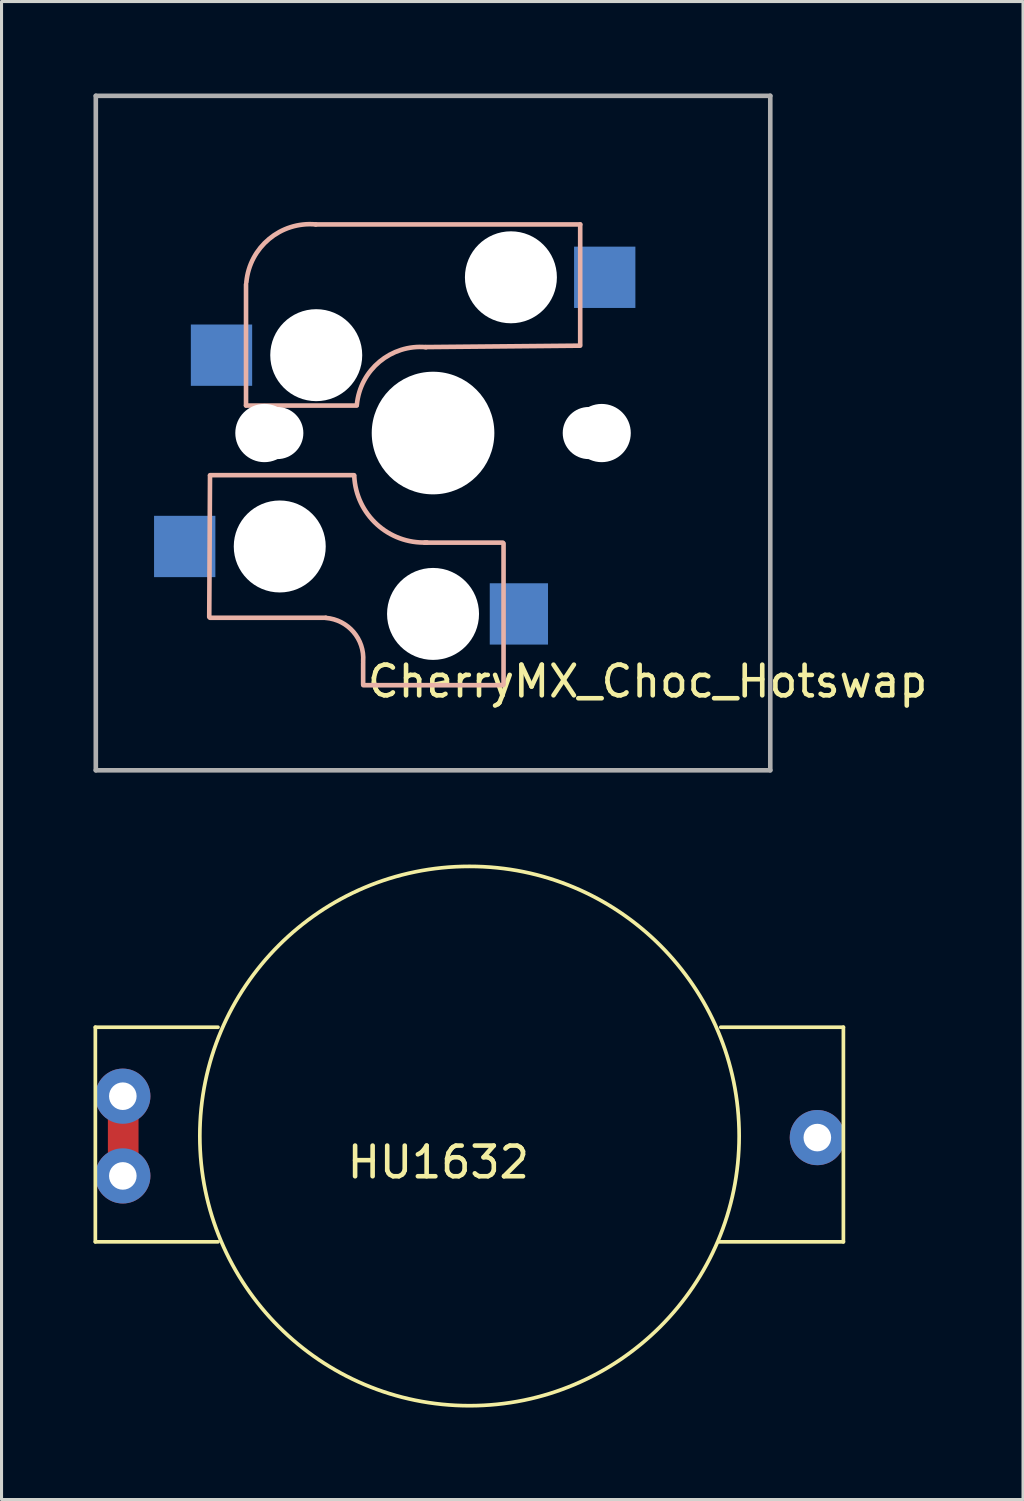
<source format=kicad_pcb>
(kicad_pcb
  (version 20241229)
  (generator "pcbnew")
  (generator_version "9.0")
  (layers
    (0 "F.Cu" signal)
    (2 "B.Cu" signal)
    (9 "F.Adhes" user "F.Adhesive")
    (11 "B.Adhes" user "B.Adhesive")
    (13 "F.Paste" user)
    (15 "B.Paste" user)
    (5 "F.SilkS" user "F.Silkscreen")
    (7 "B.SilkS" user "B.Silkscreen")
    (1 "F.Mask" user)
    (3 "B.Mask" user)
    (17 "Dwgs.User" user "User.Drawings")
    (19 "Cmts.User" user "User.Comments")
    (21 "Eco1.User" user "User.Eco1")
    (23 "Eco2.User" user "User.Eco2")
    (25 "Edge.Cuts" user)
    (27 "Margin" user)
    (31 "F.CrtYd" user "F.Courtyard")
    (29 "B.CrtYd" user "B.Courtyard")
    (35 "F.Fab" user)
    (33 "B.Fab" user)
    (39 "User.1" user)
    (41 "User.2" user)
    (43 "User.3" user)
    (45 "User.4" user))
  (footprint "HU1632"
    (layer "F.Cu")
    (at 12.31 34.006)
    (property "Reference" "HU1632" (at -1.063 0.856 0) (layer "F.SilkS") (effects (font (size 1 1) (thickness 0.15))))
    (attr through_hole)
    (fp_line (start -12.25 -3.55) (end -12.25 3.45) (stroke (width 0.12) (type solid)) (layer "F.SilkS"))
    (fp_line (start -12.25 3.45) (end -8.25 3.45) (stroke (width 0.12) (type solid)) (layer "F.SilkS"))
    (fp_line (start -8.25 -3.55) (end -12.25 -3.55) (stroke (width 0.12) (type solid)) (layer "F.SilkS"))
    (fp_line (start 8.1 3.45) (end 12.15 3.45) (stroke (width 0.12) (type solid)) (layer "F.SilkS"))
    (fp_line (start 12.15 -3.55) (end 8.15 -3.55) (stroke (width 0.12) (type solid)) (layer "F.SilkS"))
    (fp_line (start 12.15 3.45) (end 12.15 -3.55) (stroke (width 0.12) (type solid)) (layer "F.SilkS"))
    (fp_circle (center -0.046 0) (end 7.015 5.245) (stroke (width 0.12) (type solid)) (fill no) (layer "F.SilkS"))
    (pad "1" thru_hole circle (at -11.354 -1.3) (size 1.8 1.8) (drill 0.9) (layers "*.Cu" "*.Mask"))
    (pad "1" thru_hole circle (at -11.354 1.3) (size 1.8 1.8) (drill 0.9) (layers "*.Cu" "*.Mask"))
    (pad "1" connect rect (at -11.341 0.038) (size 1 1.6) (layers "F.Cu"))
    (pad "2" thru_hole circle (at 11.3 0.05) (size 1.8 1.8) (drill 0.9) (layers "*.Cu" "*.Mask")))
  (footprint "CherryMX_Choc_Hotswap"
    (layer "F.Cu")
    (at 11.075 11.075)
    (property "Reference" "CherryMX_Choc_Hotswap" (at 7 8.1 0) (layer "F.SilkS") (effects (font (size 1 1) (thickness 0.15))))
    (attr through_hole)
    (fp_line (start -7.275 1.4) (end -7.3 6) (stroke (width 0.15) (type solid)) (layer "B.SilkS"))
    (fp_line (start -6.1 -4.85) (end -6.1 -0.905) (stroke (width 0.15) (type solid)) (layer "B.SilkS"))
    (fp_line (start -6.1 -0.896) (end -2.49 -0.896) (stroke (width 0.15) (type solid)) (layer "B.SilkS"))
    (fp_line (start -3.5 6.025) (end -7.275 6.025) (stroke (width 0.15) (type solid)) (layer "B.SilkS"))
    (fp_line (start -2.575 1.375) (end -7.275 1.375) (stroke (width 0.15) (type solid)) (layer "B.SilkS"))
    (fp_line (start -2.28 7.5) (end -2.28 8.2) (stroke (width 0.15) (type solid)) (layer "B.SilkS"))
    (fp_line (start 2.275 3.575) (end -0.275 3.575) (stroke (width 0.15) (type solid)) (layer "B.SilkS"))
    (fp_line (start 2.275 8.225) (end -2.275 8.225) (stroke (width 0.15) (type solid)) (layer "B.SilkS"))
    (fp_line (start 2.3 3.6) (end 2.3 8.2) (stroke (width 0.15) (type solid)) (layer "B.SilkS"))
    (fp_line (start 4.8 -6.804) (end -3.825 -6.804) (stroke (width 0.15) (type solid)) (layer "B.SilkS"))
    (fp_line (start 4.8 -2.896) (end 4.8 -6.804) (stroke (width 0.15) (type solid)) (layer "B.SilkS"))
    (fp_line (start 4.8 -2.85) (end -0.25 -2.804) (stroke (width 0.15) (type solid)) (layer "B.SilkS"))
    (fp_arc (start -6.089 -4.92) (mid -5.347189 -6.33089) (end -3.825 -6.804) (stroke (width 0.15) (type solid)) (layer "B.SilkS"))
    (fp_arc (start -3.5 6.03) (mid -2.595908 6.48733) (end -2.28 7.45) (stroke (width 0.15) (type solid)) (layer "B.SilkS"))
    (fp_arc (start -2.485 -0.92) (mid -1.744361 -2.328061) (end -0.225 -2.8) (stroke (width 0.15) (type solid)) (layer "B.SilkS"))
    (fp_arc (start -0.2 3.57) (mid -1.834422 2.975843) (end -2.57 1.4) (stroke (width 0.15) (type solid)) (layer "B.SilkS"))
    (fp_line (start -9 -9) (end 9 -9) (stroke (width 0.15) (type solid)) (layer "Eco2.User"))
    (fp_line (start -9 9) (end -9 -9) (stroke (width 0.15) (type solid)) (layer "Eco2.User"))
    (fp_line (start -7 -7) (end 7 -7) (stroke (width 0.15) (type solid)) (layer "Eco2.User"))
    (fp_line (start -7 7) (end -7 -7) (stroke (width 0.15) (type solid)) (layer "Eco2.User"))
    (fp_line (start 7 -7) (end 7 7) (stroke (width 0.15) (type solid)) (layer "Eco2.User"))
    (fp_line (start 7 7) (end -7 7) (stroke (width 0.15) (type solid)) (layer "Eco2.User"))
    (fp_line (start 9 -9) (end 9 9) (stroke (width 0.15) (type solid)) (layer "Eco2.User"))
    (fp_line (start 9 9) (end -9 9) (stroke (width 0.15) (type solid)) (layer "Eco2.User"))
    (fp_line (start -11 -11) (end -11 11) (stroke (width 0.15) (type solid)) (layer "F.Fab"))
    (fp_line (start -11 11) (end 11 11) (stroke (width 0.15) (type solid)) (layer "F.Fab"))
    (fp_line (start 11 -11) (end -11 -11) (stroke (width 0.15) (type solid)) (layer "F.Fab"))
    (fp_line (start 11 11) (end 11 -11) (stroke (width 0.15) (type solid)) (layer "F.Fab"))
    (pad "" np_thru_hole circle (at -5.5 0 90) (size 1.9 1.9) (drill 1.9) (layers "*.Cu" "*.Mask"))
    (pad "" np_thru_hole circle (at -5.08 0) (size 1.7 1.7) (drill 1.7) (layers "*.Cu" "*.Mask"))
    (pad "" np_thru_hole circle (at -5 3.7 90) (size 3 3) (drill 3) (layers "*.Cu" "*.Mask"))
    (pad "" np_thru_hole circle (at -3.81 -2.54 180) (size 3 3) (drill 3) (layers "*.Cu" "*.Mask"))
    (pad "" np_thru_hole circle (at 0 0 90) (size 4 4) (drill 4) (layers "*.Cu" "*.Mask"))
    (pad "" np_thru_hole circle (at 0 5.9 90) (size 3 3) (drill 3) (layers "*.Cu" "*.Mask"))
    (pad "" np_thru_hole circle (at 2.54 -5.08 180) (size 3 3) (drill 3) (layers "*.Cu" "*.Mask"))
    (pad "" np_thru_hole circle (at 5.08 0) (size 1.7 1.7) (drill 1.7) (layers "*.Cu" "*.Mask"))
    (pad "" np_thru_hole circle (at 5.5 0 90) (size 1.9 1.9) (drill 1.9) (layers "*.Cu" "*.Mask"))
    (pad "1" smd rect (at -8.1 3.7 180) (size 2 2) (layers "B.Cu" "B.Mask" "B.Paste"))
    (pad "1" smd rect (at -6.9 -2.54 180) (size 2 2) (layers "B.Cu" "B.Mask" "B.Paste"))
    (pad "2" smd rect (at 2.8 5.9 180) (size 1.9 2) (layers "B.Cu" "B.Mask" "B.Paste"))
    (pad "2" smd rect (at 5.6 -5.08 180) (size 2 2) (layers "B.Cu" "B.Mask" "B.Paste")))
  (gr_rect
    (start -3 -3)
    (end 30.319 45.862)
    (stroke (width 0.1) (type default))
    (fill no)
    (layer "Edge.Cuts")))
</source>
